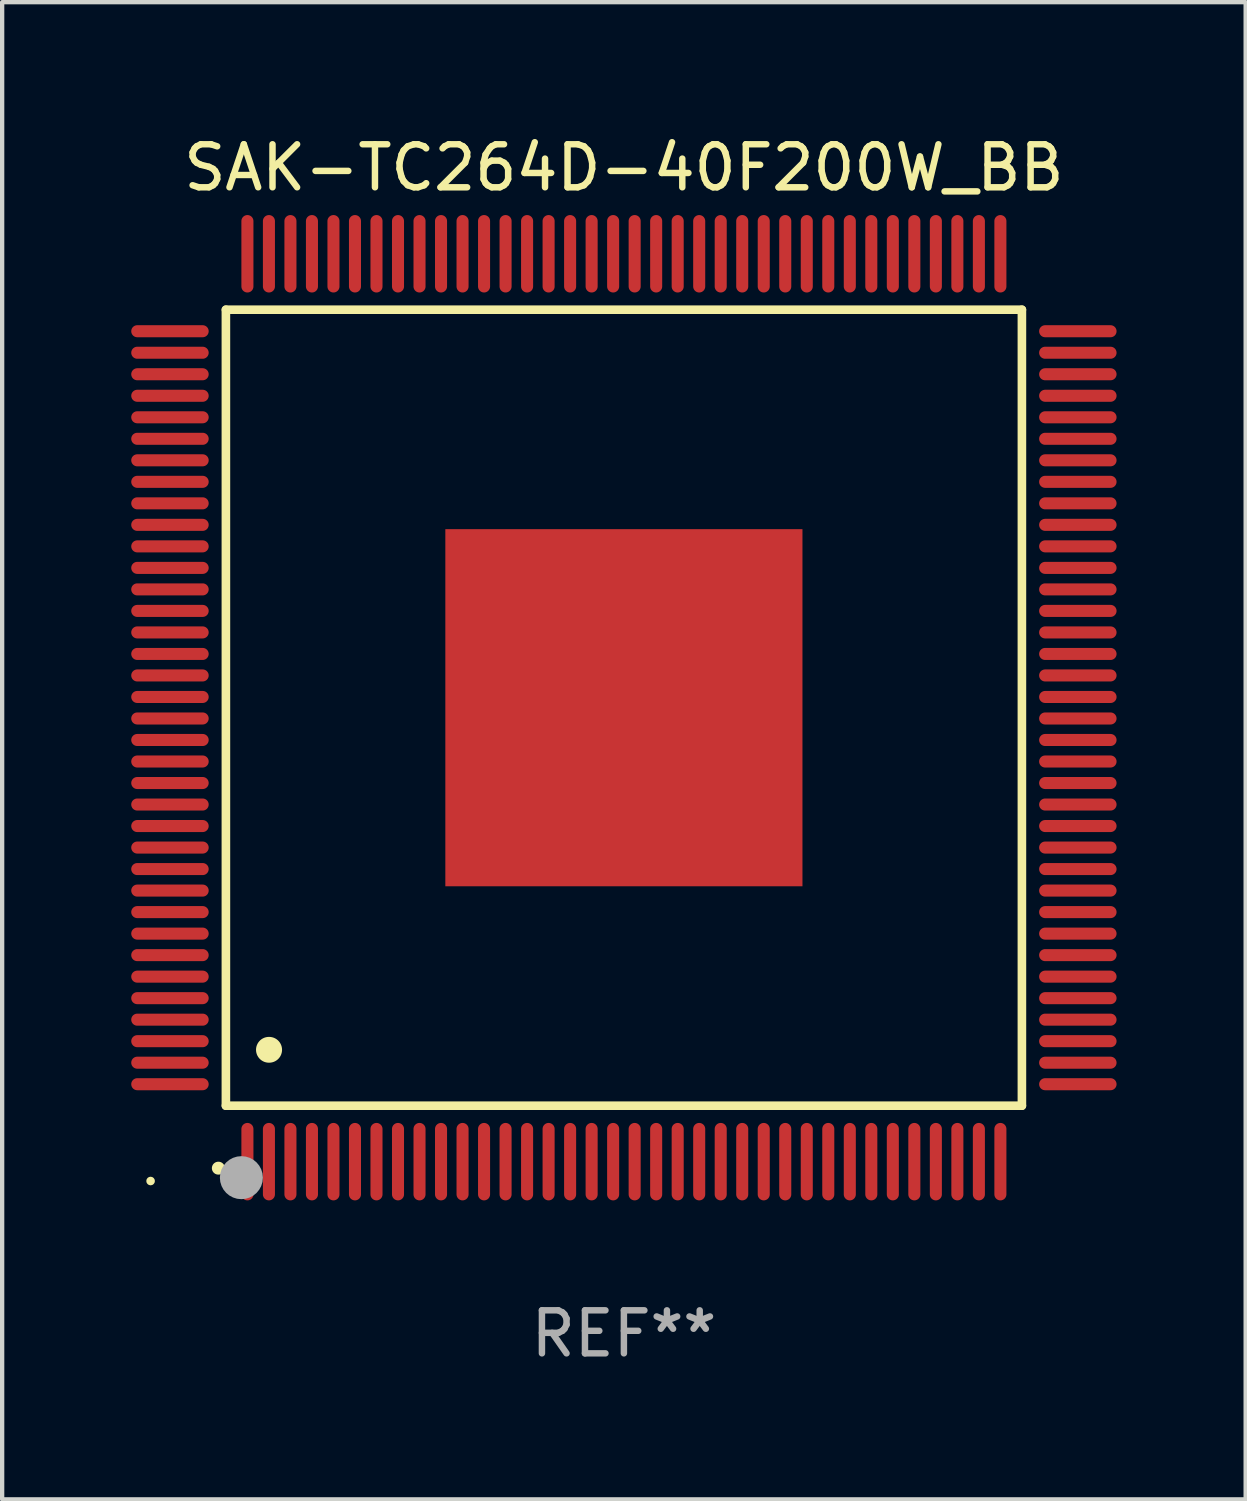
<source format=kicad_pcb>
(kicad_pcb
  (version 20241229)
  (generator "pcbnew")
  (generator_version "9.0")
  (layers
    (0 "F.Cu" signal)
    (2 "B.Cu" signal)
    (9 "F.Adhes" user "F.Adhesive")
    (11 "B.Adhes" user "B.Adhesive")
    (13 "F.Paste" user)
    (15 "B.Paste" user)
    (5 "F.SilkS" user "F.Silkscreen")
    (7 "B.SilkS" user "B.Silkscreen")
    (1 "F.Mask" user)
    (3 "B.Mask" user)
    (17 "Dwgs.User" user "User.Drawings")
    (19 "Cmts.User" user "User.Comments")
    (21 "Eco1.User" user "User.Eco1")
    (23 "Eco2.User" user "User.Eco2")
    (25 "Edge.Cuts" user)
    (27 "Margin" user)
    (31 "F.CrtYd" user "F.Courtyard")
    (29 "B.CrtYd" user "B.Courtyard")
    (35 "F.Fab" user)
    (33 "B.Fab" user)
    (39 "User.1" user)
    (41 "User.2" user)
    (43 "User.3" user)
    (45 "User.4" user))
  (footprint "SAK-TC264D-40F200W_BB"
    (layer "F.Cu")
    (at 11.45 13.398)
    (property "Reference" "SAK-TC264D-40F200W_BB" (at 0 -12.55 0) (layer "F.SilkS") (effects (font (size 1 1) (thickness 0.15))))
    (attr through_hole)
    (fp_line (start -9.25 -9.25) (end 9.25 -9.25) (stroke (width 0.2) (type solid)) (layer "F.SilkS"))
    (fp_line (start -9.25 9.25) (end -9.25 -9.25) (stroke (width 0.2) (type solid)) (layer "F.SilkS"))
    (fp_line (start 9.25 -9.25) (end 9.25 9.25) (stroke (width 0.2) (type solid)) (layer "F.SilkS"))
    (fp_line (start 9.25 9.25) (end -9.25 9.25) (stroke (width 0.2) (type solid)) (layer "F.SilkS"))
    (fp_arc (start -9.425959 10.701041) (mid -9.424689 10.701036) (end -9.423419 10.701041) (stroke (width 0.3) (type solid)) (layer "F.SilkS"))
    (fp_arc (start -8.249936 7.950216) (mid -8.247396 7.950205) (end -8.244856 7.950216) (stroke (width 0.6) (type solid)) (layer "F.SilkS"))
    (fp_circle (center -11 11) (end -10.95 11) (stroke (width 0.1) (type solid)) (fill no) (layer "F.SilkS"))
    (fp_circle (center -8.89 10.922) (end -8.64 10.922) (stroke (width 0.5) (type solid)) (fill no) (layer "F.Fab"))
    (fp_text user "REF**" (at 0 14.55 0) (layer "F.Fab") (effects (font (size 1 1) (thickness 0.15))))
    (pad "1" smd oval (at -8.75 10.55) (size 0.28 1.8) (layers "F.Cu" "F.Mask" "F.Paste"))
    (pad "2" smd oval (at -8.25 10.55) (size 0.28 1.8) (layers "F.Cu" "F.Mask" "F.Paste"))
    (pad "3" smd oval (at -7.75 10.55) (size 0.28 1.8) (layers "F.Cu" "F.Mask" "F.Paste"))
    (pad "4" smd oval (at -7.25 10.55) (size 0.28 1.8) (layers "F.Cu" "F.Mask" "F.Paste"))
    (pad "5" smd oval (at -6.75 10.55) (size 0.28 1.8) (layers "F.Cu" "F.Mask" "F.Paste"))
    (pad "6" smd oval (at -6.25 10.55) (size 0.28 1.8) (layers "F.Cu" "F.Mask" "F.Paste"))
    (pad "7" smd oval (at -5.75 10.55) (size 0.28 1.8) (layers "F.Cu" "F.Mask" "F.Paste"))
    (pad "8" smd oval (at -5.25 10.55) (size 0.28 1.8) (layers "F.Cu" "F.Mask" "F.Paste"))
    (pad "9" smd oval (at -4.75 10.55) (size 0.28 1.8) (layers "F.Cu" "F.Mask" "F.Paste"))
    (pad "10" smd oval (at -4.25 10.55) (size 0.28 1.8) (layers "F.Cu" "F.Mask" "F.Paste"))
    (pad "11" smd oval (at -3.75 10.55) (size 0.28 1.8) (layers "F.Cu" "F.Mask" "F.Paste"))
    (pad "12" smd oval (at -3.25 10.55) (size 0.28 1.8) (layers "F.Cu" "F.Mask" "F.Paste"))
    (pad "13" smd oval (at -2.75 10.55) (size 0.28 1.8) (layers "F.Cu" "F.Mask" "F.Paste"))
    (pad "14" smd oval (at -2.25 10.55) (size 0.28 1.8) (layers "F.Cu" "F.Mask" "F.Paste"))
    (pad "15" smd oval (at -1.75 10.55) (size 0.28 1.8) (layers "F.Cu" "F.Mask" "F.Paste"))
    (pad "16" smd oval (at -1.25 10.55) (size 0.28 1.8) (layers "F.Cu" "F.Mask" "F.Paste"))
    (pad "17" smd oval (at -0.75 10.55) (size 0.28 1.8) (layers "F.Cu" "F.Mask" "F.Paste"))
    (pad "18" smd oval (at -0.25 10.55) (size 0.28 1.8) (layers "F.Cu" "F.Mask" "F.Paste"))
    (pad "19" smd oval (at 0.25 10.55) (size 0.28 1.8) (layers "F.Cu" "F.Mask" "F.Paste"))
    (pad "20" smd oval (at 0.75 10.55) (size 0.28 1.8) (layers "F.Cu" "F.Mask" "F.Paste"))
    (pad "21" smd oval (at 1.25 10.55) (size 0.28 1.8) (layers "F.Cu" "F.Mask" "F.Paste"))
    (pad "22" smd oval (at 1.75 10.55) (size 0.28 1.8) (layers "F.Cu" "F.Mask" "F.Paste"))
    (pad "23" smd oval (at 2.25 10.55) (size 0.28 1.8) (layers "F.Cu" "F.Mask" "F.Paste"))
    (pad "24" smd oval (at 2.75 10.55) (size 0.28 1.8) (layers "F.Cu" "F.Mask" "F.Paste"))
    (pad "25" smd oval (at 3.25 10.55) (size 0.28 1.8) (layers "F.Cu" "F.Mask" "F.Paste"))
    (pad "26" smd oval (at 3.75 10.55) (size 0.28 1.8) (layers "F.Cu" "F.Mask" "F.Paste"))
    (pad "27" smd oval (at 4.25 10.55) (size 0.28 1.8) (layers "F.Cu" "F.Mask" "F.Paste"))
    (pad "28" smd oval (at 4.75 10.55) (size 0.28 1.8) (layers "F.Cu" "F.Mask" "F.Paste"))
    (pad "29" smd oval (at 5.25 10.55) (size 0.28 1.8) (layers "F.Cu" "F.Mask" "F.Paste"))
    (pad "30" smd oval (at 5.75 10.55) (size 0.28 1.8) (layers "F.Cu" "F.Mask" "F.Paste"))
    (pad "31" smd oval (at 6.25 10.55) (size 0.28 1.8) (layers "F.Cu" "F.Mask" "F.Paste"))
    (pad "32" smd oval (at 6.75 10.55) (size 0.28 1.8) (layers "F.Cu" "F.Mask" "F.Paste"))
    (pad "33" smd oval (at 7.25 10.55) (size 0.28 1.8) (layers "F.Cu" "F.Mask" "F.Paste"))
    (pad "34" smd oval (at 7.75 10.55) (size 0.28 1.8) (layers "F.Cu" "F.Mask" "F.Paste"))
    (pad "35" smd oval (at 8.25 10.55) (size 0.28 1.8) (layers "F.Cu" "F.Mask" "F.Paste"))
    (pad "36" smd oval (at 8.75 10.55) (size 0.28 1.8) (layers "F.Cu" "F.Mask" "F.Paste"))
    (pad "37" smd oval (at 10.55 8.75) (size 1.8 0.28) (layers "F.Cu" "F.Mask" "F.Paste"))
    (pad "38" smd oval (at 10.55 8.25) (size 1.8 0.28) (layers "F.Cu" "F.Mask" "F.Paste"))
    (pad "39" smd oval (at 10.55 7.75) (size 1.8 0.28) (layers "F.Cu" "F.Mask" "F.Paste"))
    (pad "40" smd oval (at 10.55 7.25) (size 1.8 0.28) (layers "F.Cu" "F.Mask" "F.Paste"))
    (pad "41" smd oval (at 10.55 6.75) (size 1.8 0.28) (layers "F.Cu" "F.Mask" "F.Paste"))
    (pad "42" smd oval (at 10.55 6.25) (size 1.8 0.28) (layers "F.Cu" "F.Mask" "F.Paste"))
    (pad "43" smd oval (at 10.55 5.75) (size 1.8 0.28) (layers "F.Cu" "F.Mask" "F.Paste"))
    (pad "44" smd oval (at 10.55 5.25) (size 1.8 0.28) (layers "F.Cu" "F.Mask" "F.Paste"))
    (pad "45" smd oval (at 10.55 4.75) (size 1.8 0.28) (layers "F.Cu" "F.Mask" "F.Paste"))
    (pad "46" smd oval (at 10.55 4.25) (size 1.8 0.28) (layers "F.Cu" "F.Mask" "F.Paste"))
    (pad "47" smd oval (at 10.55 3.75) (size 1.8 0.28) (layers "F.Cu" "F.Mask" "F.Paste"))
    (pad "48" smd oval (at 10.55 3.25) (size 1.8 0.28) (layers "F.Cu" "F.Mask" "F.Paste"))
    (pad "49" smd oval (at 10.55 2.75) (size 1.8 0.28) (layers "F.Cu" "F.Mask" "F.Paste"))
    (pad "50" smd oval (at 10.55 2.25) (size 1.8 0.28) (layers "F.Cu" "F.Mask" "F.Paste"))
    (pad "51" smd oval (at 10.55 1.75) (size 1.8 0.28) (layers "F.Cu" "F.Mask" "F.Paste"))
    (pad "52" smd oval (at 10.55 1.25) (size 1.8 0.28) (layers "F.Cu" "F.Mask" "F.Paste"))
    (pad "53" smd oval (at 10.55 0.75) (size 1.8 0.28) (layers "F.Cu" "F.Mask" "F.Paste"))
    (pad "54" smd oval (at 10.55 0.25) (size 1.8 0.28) (layers "F.Cu" "F.Mask" "F.Paste"))
    (pad "55" smd oval (at 10.55 -0.25) (size 1.8 0.28) (layers "F.Cu" "F.Mask" "F.Paste"))
    (pad "56" smd oval (at 10.55 -0.75) (size 1.8 0.28) (layers "F.Cu" "F.Mask" "F.Paste"))
    (pad "57" smd oval (at 10.55 -1.25) (size 1.8 0.28) (layers "F.Cu" "F.Mask" "F.Paste"))
    (pad "58" smd oval (at 10.55 -1.75) (size 1.8 0.28) (layers "F.Cu" "F.Mask" "F.Paste"))
    (pad "59" smd oval (at 10.55 -2.25) (size 1.8 0.28) (layers "F.Cu" "F.Mask" "F.Paste"))
    (pad "60" smd oval (at 10.55 -2.75) (size 1.8 0.28) (layers "F.Cu" "F.Mask" "F.Paste"))
    (pad "61" smd oval (at 10.55 -3.25) (size 1.8 0.28) (layers "F.Cu" "F.Mask" "F.Paste"))
    (pad "62" smd oval (at 10.55 -3.75) (size 1.8 0.28) (layers "F.Cu" "F.Mask" "F.Paste"))
    (pad "63" smd oval (at 10.55 -4.25) (size 1.8 0.28) (layers "F.Cu" "F.Mask" "F.Paste"))
    (pad "64" smd oval (at 10.55 -4.75) (size 1.8 0.28) (layers "F.Cu" "F.Mask" "F.Paste"))
    (pad "65" smd oval (at 10.55 -5.25) (size 1.8 0.28) (layers "F.Cu" "F.Mask" "F.Paste"))
    (pad "66" smd oval (at 10.55 -5.75) (size 1.8 0.28) (layers "F.Cu" "F.Mask" "F.Paste"))
    (pad "67" smd oval (at 10.55 -6.25) (size 1.8 0.28) (layers "F.Cu" "F.Mask" "F.Paste"))
    (pad "68" smd oval (at 10.55 -6.75) (size 1.8 0.28) (layers "F.Cu" "F.Mask" "F.Paste"))
    (pad "69" smd oval (at 10.55 -7.25) (size 1.8 0.28) (layers "F.Cu" "F.Mask" "F.Paste"))
    (pad "70" smd oval (at 10.55 -7.75) (size 1.8 0.28) (layers "F.Cu" "F.Mask" "F.Paste"))
    (pad "71" smd oval (at 10.55 -8.25) (size 1.8 0.28) (layers "F.Cu" "F.Mask" "F.Paste"))
    (pad "72" smd oval (at 10.55 -8.75) (size 1.8 0.28) (layers "F.Cu" "F.Mask" "F.Paste"))
    (pad "73" smd oval (at 8.75 -10.55) (size 0.28 1.8) (layers "F.Cu" "F.Mask" "F.Paste"))
    (pad "74" smd oval (at 8.25 -10.55) (size 0.28 1.8) (layers "F.Cu" "F.Mask" "F.Paste"))
    (pad "75" smd oval (at 7.75 -10.55) (size 0.28 1.8) (layers "F.Cu" "F.Mask" "F.Paste"))
    (pad "76" smd oval (at 7.25 -10.55) (size 0.28 1.8) (layers "F.Cu" "F.Mask" "F.Paste"))
    (pad "77" smd oval (at 6.75 -10.55) (size 0.28 1.8) (layers "F.Cu" "F.Mask" "F.Paste"))
    (pad "78" smd oval (at 6.25 -10.55) (size 0.28 1.8) (layers "F.Cu" "F.Mask" "F.Paste"))
    (pad "79" smd oval (at 5.75 -10.55) (size 0.28 1.8) (layers "F.Cu" "F.Mask" "F.Paste"))
    (pad "80" smd oval (at 5.25 -10.55) (size 0.28 1.8) (layers "F.Cu" "F.Mask" "F.Paste"))
    (pad "81" smd oval (at 4.75 -10.55) (size 0.28 1.8) (layers "F.Cu" "F.Mask" "F.Paste"))
    (pad "82" smd oval (at 4.25 -10.55) (size 0.28 1.8) (layers "F.Cu" "F.Mask" "F.Paste"))
    (pad "83" smd oval (at 3.75 -10.55) (size 0.28 1.8) (layers "F.Cu" "F.Mask" "F.Paste"))
    (pad "84" smd oval (at 3.25 -10.55) (size 0.28 1.8) (layers "F.Cu" "F.Mask" "F.Paste"))
    (pad "85" smd oval (at 2.75 -10.55) (size 0.28 1.8) (layers "F.Cu" "F.Mask" "F.Paste"))
    (pad "86" smd oval (at 2.25 -10.55) (size 0.28 1.8) (layers "F.Cu" "F.Mask" "F.Paste"))
    (pad "87" smd oval (at 1.75 -10.55) (size 0.28 1.8) (layers "F.Cu" "F.Mask" "F.Paste"))
    (pad "88" smd oval (at 1.25 -10.55) (size 0.28 1.8) (layers "F.Cu" "F.Mask" "F.Paste"))
    (pad "89" smd oval (at 0.75 -10.55) (size 0.28 1.8) (layers "F.Cu" "F.Mask" "F.Paste"))
    (pad "90" smd oval (at 0.25 -10.55) (size 0.28 1.8) (layers "F.Cu" "F.Mask" "F.Paste"))
    (pad "91" smd oval (at -0.25 -10.55) (size 0.28 1.8) (layers "F.Cu" "F.Mask" "F.Paste"))
    (pad "92" smd oval (at -0.75 -10.55) (size 0.28 1.8) (layers "F.Cu" "F.Mask" "F.Paste"))
    (pad "93" smd oval (at -1.25 -10.55) (size 0.28 1.8) (layers "F.Cu" "F.Mask" "F.Paste"))
    (pad "94" smd oval (at -1.75 -10.55) (size 0.28 1.8) (layers "F.Cu" "F.Mask" "F.Paste"))
    (pad "95" smd oval (at -2.25 -10.55) (size 0.28 1.8) (layers "F.Cu" "F.Mask" "F.Paste"))
    (pad "96" smd oval (at -2.75 -10.55) (size 0.28 1.8) (layers "F.Cu" "F.Mask" "F.Paste"))
    (pad "97" smd oval (at -3.25 -10.55) (size 0.28 1.8) (layers "F.Cu" "F.Mask" "F.Paste"))
    (pad "98" smd oval (at -3.75 -10.55) (size 0.28 1.8) (layers "F.Cu" "F.Mask" "F.Paste"))
    (pad "99" smd oval (at -4.25 -10.55) (size 0.28 1.8) (layers "F.Cu" "F.Mask" "F.Paste"))
    (pad "100" smd oval (at -4.75 -10.55) (size 0.28 1.8) (layers "F.Cu" "F.Mask" "F.Paste"))
    (pad "101" smd oval (at -5.25 -10.55) (size 0.28 1.8) (layers "F.Cu" "F.Mask" "F.Paste"))
    (pad "102" smd oval (at -5.75 -10.55) (size 0.28 1.8) (layers "F.Cu" "F.Mask" "F.Paste"))
    (pad "103" smd oval (at -6.25 -10.55) (size 0.28 1.8) (layers "F.Cu" "F.Mask" "F.Paste"))
    (pad "104" smd oval (at -6.75 -10.55) (size 0.28 1.8) (layers "F.Cu" "F.Mask" "F.Paste"))
    (pad "105" smd oval (at -7.25 -10.55) (size 0.28 1.8) (layers "F.Cu" "F.Mask" "F.Paste"))
    (pad "106" smd oval (at -7.75 -10.55) (size 0.28 1.8) (layers "F.Cu" "F.Mask" "F.Paste"))
    (pad "107" smd oval (at -8.25 -10.55) (size 0.28 1.8) (layers "F.Cu" "F.Mask" "F.Paste"))
    (pad "108" smd oval (at -8.75 -10.55) (size 0.28 1.8) (layers "F.Cu" "F.Mask" "F.Paste"))
    (pad "109" smd oval (at -10.55 -8.75) (size 1.8 0.28) (layers "F.Cu" "F.Mask" "F.Paste"))
    (pad "110" smd oval (at -10.55 -8.25) (size 1.8 0.28) (layers "F.Cu" "F.Mask" "F.Paste"))
    (pad "111" smd oval (at -10.55 -7.75) (size 1.8 0.28) (layers "F.Cu" "F.Mask" "F.Paste"))
    (pad "112" smd oval (at -10.55 -7.25) (size 1.8 0.28) (layers "F.Cu" "F.Mask" "F.Paste"))
    (pad "113" smd oval (at -10.55 -6.75) (size 1.8 0.28) (layers "F.Cu" "F.Mask" "F.Paste"))
    (pad "114" smd oval (at -10.55 -6.25) (size 1.8 0.28) (layers "F.Cu" "F.Mask" "F.Paste"))
    (pad "115" smd oval (at -10.55 -5.75) (size 1.8 0.28) (layers "F.Cu" "F.Mask" "F.Paste"))
    (pad "116" smd oval (at -10.55 -5.25) (size 1.8 0.28) (layers "F.Cu" "F.Mask" "F.Paste"))
    (pad "117" smd oval (at -10.55 -4.75) (size 1.8 0.28) (layers "F.Cu" "F.Mask" "F.Paste"))
    (pad "118" smd oval (at -10.55 -4.25) (size 1.8 0.28) (layers "F.Cu" "F.Mask" "F.Paste"))
    (pad "119" smd oval (at -10.55 -3.75) (size 1.8 0.28) (layers "F.Cu" "F.Mask" "F.Paste"))
    (pad "120" smd oval (at -10.55 -3.25) (size 1.8 0.28) (layers "F.Cu" "F.Mask" "F.Paste"))
    (pad "121" smd oval (at -10.55 -2.75) (size 1.8 0.28) (layers "F.Cu" "F.Mask" "F.Paste"))
    (pad "122" smd oval (at -10.55 -2.25) (size 1.8 0.28) (layers "F.Cu" "F.Mask" "F.Paste"))
    (pad "123" smd oval (at -10.55 -1.75) (size 1.8 0.28) (layers "F.Cu" "F.Mask" "F.Paste"))
    (pad "124" smd oval (at -10.55 -1.25) (size 1.8 0.28) (layers "F.Cu" "F.Mask" "F.Paste"))
    (pad "125" smd oval (at -10.55 -0.75) (size 1.8 0.28) (layers "F.Cu" "F.Mask" "F.Paste"))
    (pad "126" smd oval (at -10.55 -0.25) (size 1.8 0.28) (layers "F.Cu" "F.Mask" "F.Paste"))
    (pad "127" smd oval (at -10.55 0.25) (size 1.8 0.28) (layers "F.Cu" "F.Mask" "F.Paste"))
    (pad "128" smd oval (at -10.55 0.75) (size 1.8 0.28) (layers "F.Cu" "F.Mask" "F.Paste"))
    (pad "129" smd oval (at -10.55 1.25) (size 1.8 0.28) (layers "F.Cu" "F.Mask" "F.Paste"))
    (pad "130" smd oval (at -10.55 1.75) (size 1.8 0.28) (layers "F.Cu" "F.Mask" "F.Paste"))
    (pad "131" smd oval (at -10.55 2.25) (size 1.8 0.28) (layers "F.Cu" "F.Mask" "F.Paste"))
    (pad "132" smd oval (at -10.55 2.75) (size 1.8 0.28) (layers "F.Cu" "F.Mask" "F.Paste"))
    (pad "133" smd oval (at -10.55 3.25) (size 1.8 0.28) (layers "F.Cu" "F.Mask" "F.Paste"))
    (pad "134" smd oval (at -10.55 3.75) (size 1.8 0.28) (layers "F.Cu" "F.Mask" "F.Paste"))
    (pad "135" smd oval (at -10.55 4.25) (size 1.8 0.28) (layers "F.Cu" "F.Mask" "F.Paste"))
    (pad "136" smd oval (at -10.55 4.75) (size 1.8 0.28) (layers "F.Cu" "F.Mask" "F.Paste"))
    (pad "137" smd oval (at -10.55 5.25) (size 1.8 0.28) (layers "F.Cu" "F.Mask" "F.Paste"))
    (pad "138" smd oval (at -10.55 5.75) (size 1.8 0.28) (layers "F.Cu" "F.Mask" "F.Paste"))
    (pad "139" smd oval (at -10.55 6.25) (size 1.8 0.28) (layers "F.Cu" "F.Mask" "F.Paste"))
    (pad "140" smd oval (at -10.55 6.75) (size 1.8 0.28) (layers "F.Cu" "F.Mask" "F.Paste"))
    (pad "141" smd oval (at -10.55 7.25) (size 1.8 0.28) (layers "F.Cu" "F.Mask" "F.Paste"))
    (pad "142" smd oval (at -10.55 7.75) (size 1.8 0.28) (layers "F.Cu" "F.Mask" "F.Paste"))
    (pad "143" smd oval (at -10.55 8.25) (size 1.8 0.28) (layers "F.Cu" "F.Mask" "F.Paste"))
    (pad "144" smd oval (at -10.55 8.75) (size 1.8 0.28) (layers "F.Cu" "F.Mask" "F.Paste"))
    (pad "145" smd rect (at 0 0) (size 8.3 8.3) (layers "F.Cu" "F.Mask" "F.Paste")))
  (gr_rect
    (start -3 -3)
    (end 25.9 31.796)
    (stroke (width 0.1) (type default))
    (fill no)
    (layer "Edge.Cuts")))
</source>
